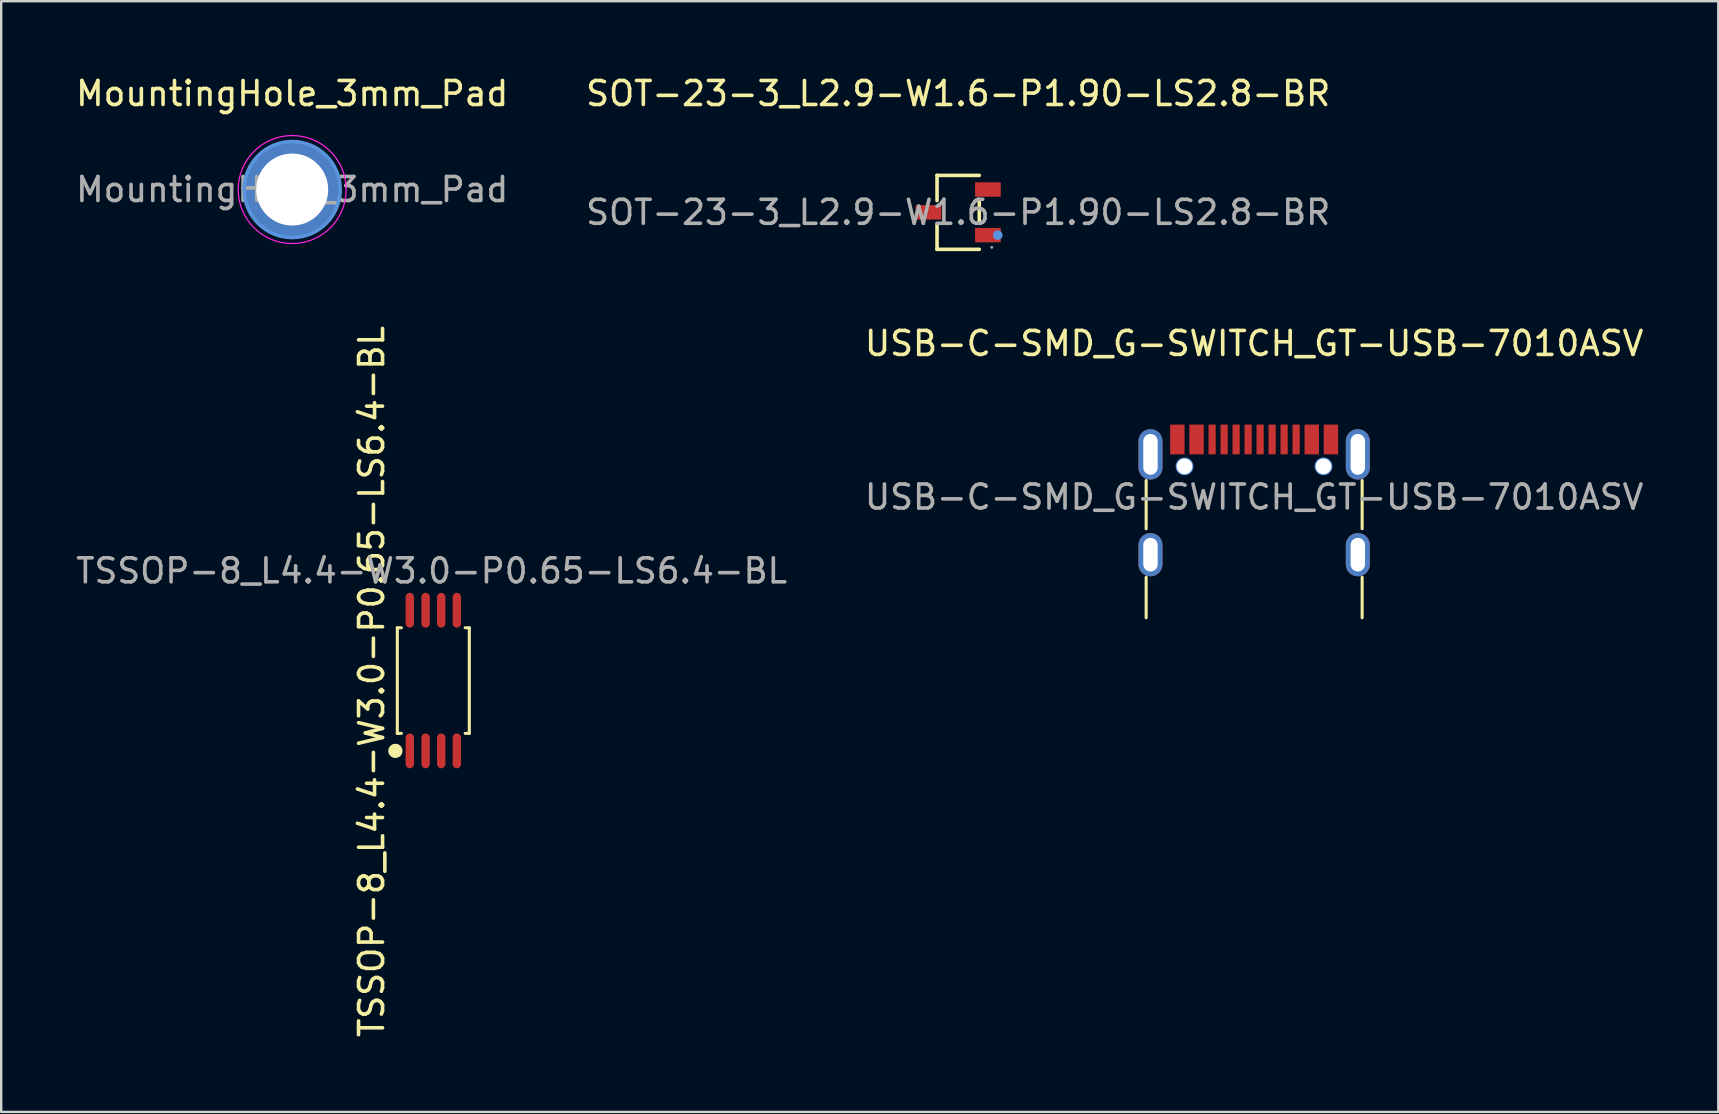
<source format=kicad_pcb>
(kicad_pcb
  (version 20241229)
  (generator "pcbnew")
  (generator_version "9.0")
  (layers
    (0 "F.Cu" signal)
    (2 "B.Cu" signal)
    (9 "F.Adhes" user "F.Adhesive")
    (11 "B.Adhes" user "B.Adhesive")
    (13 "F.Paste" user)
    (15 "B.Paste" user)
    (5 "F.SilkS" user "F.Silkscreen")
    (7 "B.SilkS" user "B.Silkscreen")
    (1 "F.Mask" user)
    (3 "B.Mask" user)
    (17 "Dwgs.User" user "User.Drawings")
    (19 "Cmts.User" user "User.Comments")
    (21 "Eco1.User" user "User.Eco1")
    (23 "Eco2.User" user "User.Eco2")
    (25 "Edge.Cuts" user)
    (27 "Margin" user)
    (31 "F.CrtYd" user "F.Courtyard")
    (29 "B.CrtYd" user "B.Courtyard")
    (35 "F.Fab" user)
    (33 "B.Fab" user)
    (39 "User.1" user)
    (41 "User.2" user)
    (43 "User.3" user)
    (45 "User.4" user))
  (footprint "SOT-23-3_L2.9-W1.6-P1.90-LS2.8-BR"
    (layer "F.Cu")
    (at 36.875 5.798)
    (property "Reference" "SOT-23-3_L2.9-W1.6-P1.90-LS2.8-BR" (at 0 -4.95 0) (layer "F.SilkS") (effects (font (size 1 1) (thickness 0.15))))
    (attr smd)
    (fp_line (start -0.88 -1.54) (end -0.88 -0.49) (stroke (width 0.15) (type solid)) (layer "F.SilkS"))
    (fp_line (start -0.88 1.54) (end -0.88 0.49) (stroke (width 0.15) (type solid)) (layer "F.SilkS"))
    (fp_line (start 0.88 -1.54) (end -0.88 -1.54) (stroke (width 0.15) (type solid)) (layer "F.SilkS"))
    (fp_line (start 0.88 -0.46) (end 0.88 0.46) (stroke (width 0.15) (type solid)) (layer "F.SilkS"))
    (fp_line (start 0.88 1.54) (end -0.88 1.54) (stroke (width 0.15) (type solid)) (layer "F.SilkS"))
    (fp_circle (center 1.65 0.95) (end 1.75 0.95) (stroke (width 0.2) (type solid)) (fill no) (layer "Cmts.User"))
    (fp_circle (center 1.4 1.46) (end 1.43 1.46) (stroke (width 0.06) (type solid)) (fill no) (layer "F.Fab"))
    (fp_text user "${REFERENCE}" (at 0 0 0) (layer "F.Fab") (effects (font (size 1 1) (thickness 0.15))))
    (pad "1" smd rect (at 1.24 0.95) (size 1.07 0.6) (layers "F.Cu" "F.Mask" "F.Paste"))
    (pad "2" smd rect (at 1.24 -0.95) (size 1.07 0.6) (layers "F.Cu" "F.Mask" "F.Paste"))
    (pad "3" smd rect (at -1.24 0) (size 1.07 0.6) (layers "F.Cu" "F.Mask" "F.Paste")))
  (footprint "USB-C-SMD_G-SWITCH_GT-USB-7010ASV"
    (layer "F.Cu")
    (at 49.208 17.662)
    (property "Reference" "USB-C-SMD_G-SWITCH_GT-USB-7010ASV" (at 0 -6.4 0) (layer "F.SilkS") (effects (font (size 1 1) (thickness 0.15))))
    (attr smd)
    (fp_line (start -4.5 1.32) (end -4.5 -0.69) (stroke (width 0.127) (type solid)) (layer "F.SilkS"))
    (fp_line (start -4.5 5.03) (end -4.5 3.34) (stroke (width 0.127) (type solid)) (layer "F.SilkS"))
    (fp_line (start 4.5 1.32) (end 4.5 -0.69) (stroke (width 0.127) (type solid)) (layer "F.SilkS"))
    (fp_line (start 4.5 5.03) (end 4.5 3.34) (stroke (width 0.127) (type solid)) (layer "F.SilkS"))
    (fp_circle (center -2.9 -1.28) (end -2.78 -1.28) (stroke (width 0.25) (type solid)) (fill no) (layer "Cmts.User"))
    (fp_circle (center 2.89 -1.28) (end 3.01 -1.28) (stroke (width 0.25) (type solid)) (fill no) (layer "Cmts.User"))
    (fp_text user "${REFERENCE}" (at 0 0 0) (layer "F.Fab") (effects (font (size 1 1) (thickness 0.15))))
    (pad "" np_thru_hole circle (at -2.9 -1.28) (size 0.65 0.65) (drill 0.65) (layers "*.Cu" "*.Mask"))
    (pad "" np_thru_hole circle (at 2.89 -1.28) (size 0.65 0.65) (drill 0.65) (layers "*.Cu" "*.Mask"))
    (pad "1" thru_hole oval (at -4.32 -1.78) (size 1 2.1) (drill oval 0.6 1.7) (layers "*.Cu" "*.Paste" "*.Mask"))
    (pad "2" thru_hole oval (at 4.32 -1.78) (size 1 2.1) (drill oval 0.6 1.7) (layers "*.Cu" "*.Paste" "*.Mask"))
    (pad "3" thru_hole oval (at 4.32 2.4) (size 1 1.8) (drill oval 0.6 1.4) (layers "*.Cu" "*.Paste" "*.Mask"))
    (pad "4" thru_hole oval (at -4.32 2.4) (size 1 1.8) (drill oval 0.6 1.4) (layers "*.Cu" "*.Paste" "*.Mask"))
    (pad "A1B12" smd rect (at -3.2 -2.4) (size 0.6 1.24) (layers "F.Cu" "F.Mask" "F.Paste"))
    (pad "A4B9" smd rect (at -2.4 -2.4) (size 0.6 1.24) (layers "F.Cu" "F.Mask" "F.Paste"))
    (pad "A5" smd rect (at -1.25 -2.4) (size 0.3 1.24) (layers "F.Cu" "F.Mask" "F.Paste"))
    (pad "A6" smd rect (at -0.25 -2.4) (size 0.3 1.24) (layers "F.Cu" "F.Mask" "F.Paste"))
    (pad "A7" smd rect (at 0.25 -2.4) (size 0.3 1.24) (layers "F.Cu" "F.Mask" "F.Paste"))
    (pad "A8" smd rect (at 1.25 -2.4) (size 0.3 1.24) (layers "F.Cu" "F.Mask" "F.Paste"))
    (pad "B1A12" smd rect (at 3.2 -2.4) (size 0.6 1.24) (layers "F.Cu" "F.Mask" "F.Paste"))
    (pad "B4A9" smd rect (at 2.4 -2.4) (size 0.6 1.24) (layers "F.Cu" "F.Mask" "F.Paste"))
    (pad "B5" smd rect (at 1.75 -2.4) (size 0.3 1.24) (layers "F.Cu" "F.Mask" "F.Paste"))
    (pad "B6" smd rect (at 0.75 -2.4) (size 0.3 1.24) (layers "F.Cu" "F.Mask" "F.Paste"))
    (pad "B7" smd rect (at -0.75 -2.4) (size 0.3 1.24) (layers "F.Cu" "F.Mask" "F.Paste"))
    (pad "B8" smd rect (at -1.75 -2.4) (size 0.3 1.24) (layers "F.Cu" "F.Mask" "F.Paste")))
  (footprint "MountingHole_3mm_Pad"
    (layer "F.Cu")
    (at 9.125 4.848)
    (property "Reference" "MountingHole_3mm_Pad" (at 0 -4 0) (layer "F.SilkS") (effects (font (size 1 1) (thickness 0.15))))
    (attr exclude_from_pos_files)
    (fp_circle (center 0 0) (end 2 0) (stroke (width 0.15) (type solid)) (fill no) (layer "Cmts.User"))
    (fp_circle (center 0 0) (end 2.25 0) (stroke (width 0.05) (type solid)) (fill no) (layer "F.CrtYd"))
    (fp_text user "${REFERENCE}" (at 0 0 0) (layer "F.Fab") (effects (font (size 1 1) (thickness 0.15))))
    (pad "1" thru_hole circle (at 0 0) (size 4 4) (drill 3) (layers "*.Cu" "*.Mask")))
  (footprint "TSSOP-8_L4.4-W3.0-P0.65-LS6.4-BL"
    (layer "F.Cu")
    (at 15.005 25.308)
    (property "Reference" "TSSOP-8_L4.4-W3.0-P0.65-LS6.4-BL" (at -2.57 0.04 90) (layer "F.SilkS") (effects (font (size 1 1) (thickness 0.15))))
    (attr smd)
    (fp_line (start -1.5 -2.2) (end -1.5 2.2) (stroke (width 0.127) (type solid)) (layer "F.SilkS"))
    (fp_line (start -1.5 -2.2) (end -1.33 -2.2) (stroke (width 0.127) (type solid)) (layer "F.SilkS"))
    (fp_line (start -1.5 2.2) (end -1.33 2.2) (stroke (width 0.127) (type solid)) (layer "F.SilkS"))
    (fp_line (start 1.33 -2.2) (end 1.5 -2.2) (stroke (width 0.127) (type solid)) (layer "F.SilkS"))
    (fp_line (start 1.33 2.2) (end 1.5 2.2) (stroke (width 0.127) (type solid)) (layer "F.SilkS"))
    (fp_line (start 1.5 -2.2) (end 1.5 2.2) (stroke (width 0.127) (type solid)) (layer "F.SilkS"))
    (fp_circle (center -1.58 2.93) (end -1.43 2.93) (stroke (width 0.3) (type solid)) (fill no) (layer "F.SilkS"))
    (fp_text user "${REFERENCE}" (at -0.07 -4.57 0) (layer "F.Fab") (effects (font (size 1 1) (thickness 0.15))))
    (pad "1" smd oval (at -0.98 2.93) (size 0.35 1.45) (layers "F.Cu" "F.Mask" "F.Paste"))
    (pad "2" smd oval (at -0.32 2.93) (size 0.35 1.45) (layers "F.Cu" "F.Mask" "F.Paste"))
    (pad "3" smd oval (at 0.33 2.93) (size 0.35 1.45) (layers "F.Cu" "F.Mask" "F.Paste"))
    (pad "4" smd oval (at 0.98 2.93) (size 0.35 1.45) (layers "F.Cu" "F.Mask" "F.Paste"))
    (pad "5" smd oval (at 0.98 -2.93) (size 0.35 1.45) (layers "F.Cu" "F.Mask" "F.Paste"))
    (pad "6" smd oval (at 0.33 -2.93) (size 0.35 1.45) (layers "F.Cu" "F.Mask" "F.Paste"))
    (pad "7" smd oval (at -0.32 -2.93) (size 0.35 1.45) (layers "F.Cu" "F.Mask" "F.Paste"))
    (pad "8" smd oval (at -0.98 -2.93) (size 0.35 1.45) (layers "F.Cu" "F.Mask" "F.Paste")))
  (gr_rect
    (start -3 -3)
    (end 68.548 43.282)
    (stroke (width 0.1) (type default))
    (fill no)
    (layer "Edge.Cuts")))
</source>
